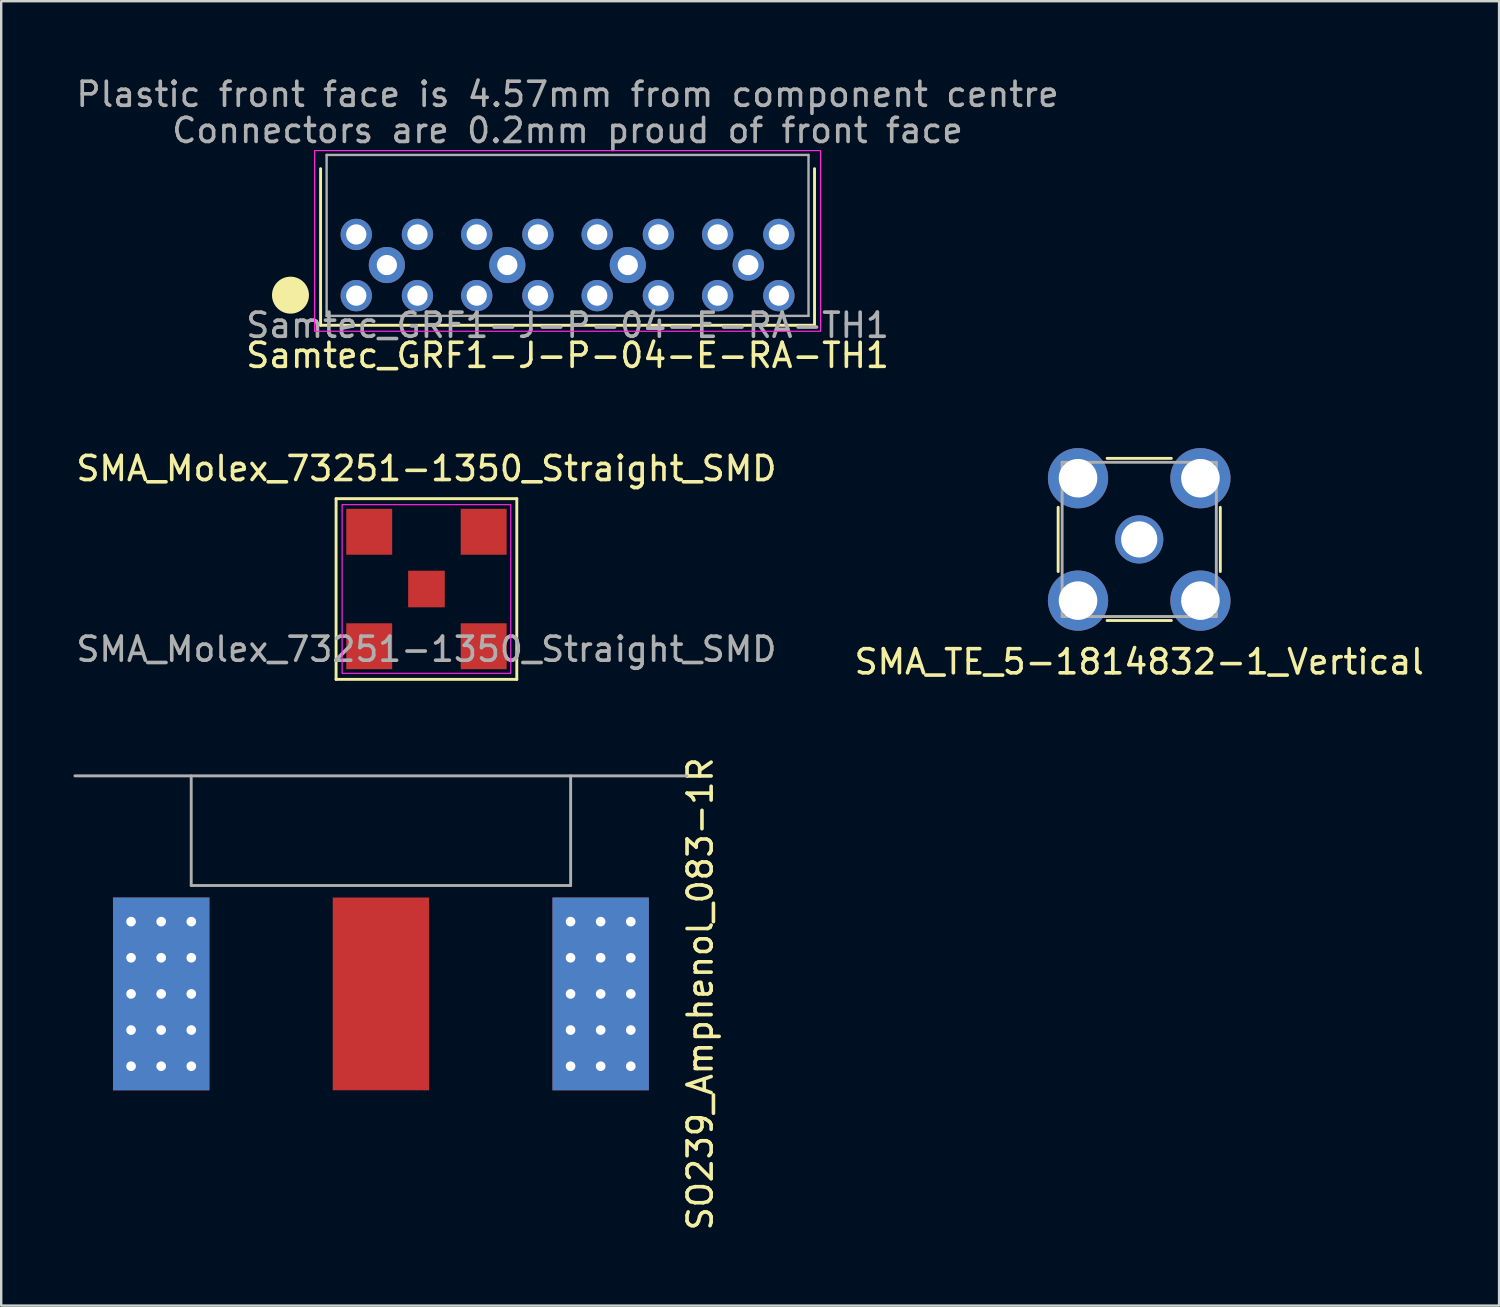
<source format=kicad_pcb>
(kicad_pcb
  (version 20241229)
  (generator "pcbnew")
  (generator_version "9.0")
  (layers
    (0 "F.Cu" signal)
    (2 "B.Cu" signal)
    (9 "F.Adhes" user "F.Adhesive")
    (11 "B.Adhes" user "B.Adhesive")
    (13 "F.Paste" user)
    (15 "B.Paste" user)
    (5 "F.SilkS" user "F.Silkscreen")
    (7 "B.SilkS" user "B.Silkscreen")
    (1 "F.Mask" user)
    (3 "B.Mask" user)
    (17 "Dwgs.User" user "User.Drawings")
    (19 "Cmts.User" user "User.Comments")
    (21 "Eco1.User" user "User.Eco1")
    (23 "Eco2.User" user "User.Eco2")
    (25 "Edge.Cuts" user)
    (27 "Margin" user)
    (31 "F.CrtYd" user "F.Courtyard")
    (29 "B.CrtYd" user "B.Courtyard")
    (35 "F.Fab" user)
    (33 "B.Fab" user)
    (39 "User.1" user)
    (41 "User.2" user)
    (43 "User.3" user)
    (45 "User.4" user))
  (footprint "SO239_Amphenol_083-1R"
    (layer "F.Cu")
    (at 12.76 38.201)
    (property "Reference" "SO239_Amphenol_083-1R" (at 13.25 0 90) (layer "F.SilkS") (effects (font (size 1 1) (thickness 0.15))))
    (attr through_hole)
    (fp_line (start -12.7 -9.05) (end 12.7 -9.05) (stroke (width 0.12) (type solid)) (layer "F.Fab"))
    (fp_line (start -7.874 -4.5) (end -7.874 -9.05) (stroke (width 0.12) (type solid)) (layer "F.Fab"))
    (fp_line (start -7.874 -4.5) (end 7.874 -4.5) (stroke (width 0.12) (type solid)) (layer "F.Fab"))
    (fp_line (start 7.874 -9.05) (end 7.874 -4.5) (stroke (width 0.12) (type solid)) (layer "F.Fab"))
    (pad "1" smd rect (at 0 0) (size 4 8) (layers "F.Cu" "F.Mask" "F.Paste"))
    (pad "2" thru_hole circle (at -10.37 -3) (size 0.75 0.75) (drill 0.4) (layers "*.Cu" "*.Mask"))
    (pad "2" thru_hole circle (at -10.37 -1.5) (size 0.75 0.75) (drill 0.4) (layers "*.Cu" "*.Mask"))
    (pad "2" thru_hole circle (at -10.37 0) (size 0.75 0.75) (drill 0.4) (layers "*.Cu" "*.Mask"))
    (pad "2" thru_hole circle (at -10.37 1.5) (size 0.75 0.75) (drill 0.4) (layers "*.Cu" "*.Mask"))
    (pad "2" thru_hole circle (at -10.37 3) (size 0.75 0.75) (drill 0.4) (layers "*.Cu" "*.Mask"))
    (pad "2" thru_hole circle (at -9.12 -3) (size 0.75 0.75) (drill 0.4) (layers "*.Cu" "*.Mask"))
    (pad "2" thru_hole circle (at -9.12 -1.5) (size 0.75 0.75) (drill 0.4) (layers "*.Cu" "*.Mask"))
    (pad "2" thru_hole circle (at -9.12 0) (size 0.75 0.75) (drill 0.4) (layers "*.Cu" "*.Mask"))
    (pad "2" smd rect (at -9.12 0) (size 4 8) (layers "F.Cu" "F.Mask" "F.Paste"))
    (pad "2" smd rect (at -9.12 0) (size 4 8) (layers "B.Cu" "B.Mask" "B.Paste"))
    (pad "2" thru_hole circle (at -9.12 1.5) (size 0.75 0.75) (drill 0.4) (layers "*.Cu" "*.Mask"))
    (pad "2" thru_hole circle (at -9.12 3) (size 0.75 0.75) (drill 0.4) (layers "*.Cu" "*.Mask"))
    (pad "2" thru_hole circle (at -7.87 -3) (size 0.75 0.75) (drill 0.4) (layers "*.Cu" "*.Mask"))
    (pad "2" thru_hole circle (at -7.87 -1.5) (size 0.75 0.75) (drill 0.4) (layers "*.Cu" "*.Mask"))
    (pad "2" thru_hole circle (at -7.87 0) (size 0.75 0.75) (drill 0.4) (layers "*.Cu" "*.Mask"))
    (pad "2" thru_hole circle (at -7.87 1.5) (size 0.75 0.75) (drill 0.4) (layers "*.Cu" "*.Mask"))
    (pad "2" thru_hole circle (at -7.87 3) (size 0.75 0.75) (drill 0.4) (layers "*.Cu" "*.Mask"))
    (pad "2" thru_hole circle (at 7.87 -3) (size 0.75 0.75) (drill 0.4) (layers "*.Cu" "*.Mask"))
    (pad "2" thru_hole circle (at 7.87 -1.5) (size 0.75 0.75) (drill 0.4) (layers "*.Cu" "*.Mask"))
    (pad "2" thru_hole circle (at 7.87 0) (size 0.75 0.75) (drill 0.4) (layers "*.Cu" "*.Mask"))
    (pad "2" thru_hole circle (at 7.87 1.5) (size 0.75 0.75) (drill 0.4) (layers "*.Cu" "*.Mask"))
    (pad "2" thru_hole circle (at 7.87 3) (size 0.75 0.75) (drill 0.4) (layers "*.Cu" "*.Mask"))
    (pad "2" thru_hole circle (at 9.12 -3) (size 0.75 0.75) (drill 0.4) (layers "*.Cu" "*.Mask"))
    (pad "2" thru_hole circle (at 9.12 -1.5) (size 0.75 0.75) (drill 0.4) (layers "*.Cu" "*.Mask"))
    (pad "2" thru_hole circle (at 9.12 0) (size 0.75 0.75) (drill 0.4) (layers "*.Cu" "*.Mask"))
    (pad "2" smd rect (at 9.12 0) (size 4 8) (layers "F.Cu" "F.Mask" "F.Paste"))
    (pad "2" smd rect (at 9.12 0) (size 4 8) (layers "B.Cu" "B.Mask" "B.Paste"))
    (pad "2" thru_hole circle (at 9.12 1.5) (size 0.75 0.75) (drill 0.4) (layers "*.Cu" "*.Mask"))
    (pad "2" thru_hole circle (at 9.12 3) (size 0.75 0.75) (drill 0.4) (layers "*.Cu" "*.Mask"))
    (pad "2" thru_hole circle (at 10.37 -3) (size 0.75 0.75) (drill 0.4) (layers "*.Cu" "*.Mask"))
    (pad "2" thru_hole circle (at 10.37 -1.5) (size 0.75 0.75) (drill 0.4) (layers "*.Cu" "*.Mask"))
    (pad "2" thru_hole circle (at 10.37 0) (size 0.75 0.75) (drill 0.4) (layers "*.Cu" "*.Mask"))
    (pad "2" thru_hole circle (at 10.37 1.5) (size 0.75 0.75) (drill 0.4) (layers "*.Cu" "*.Mask"))
    (pad "2" thru_hole circle (at 10.37 3) (size 0.75 0.75) (drill 0.4) (layers "*.Cu" "*.Mask")))
  (footprint "SMA_TE_5-1814832-1_Vertical"
    (layer "F.Cu")
    (at 44.232 19.338)
    (property "Reference" "SMA_TE_5-1814832-1_Vertical" (at 0 5.08 0) (layer "F.SilkS") (effects (font (size 1 1) (thickness 0.15))))
    (attr through_hole)
    (fp_line (start -3.365 1.333) (end -3.365 -1.333) (stroke (width 0.12) (type solid)) (layer "F.SilkS"))
    (fp_line (start -1.333 -3.365) (end 1.333 -3.365) (stroke (width 0.12) (type solid)) (layer "F.SilkS"))
    (fp_line (start -1.333 3.365) (end 1.333 3.365) (stroke (width 0.12) (type solid)) (layer "F.SilkS"))
    (fp_line (start 3.365 1.333) (end 3.365 -1.333) (stroke (width 0.12) (type solid)) (layer "F.SilkS"))
    (fp_line (start -3.2 -3.2) (end 3.2 -3.2) (stroke (width 0.12) (type solid)) (layer "F.Fab"))
    (fp_line (start -3.2 3.2) (end -3.2 -3.2) (stroke (width 0.12) (type solid)) (layer "F.Fab"))
    (fp_line (start 3.2 -3.2) (end 3.2 3.2) (stroke (width 0.12) (type solid)) (layer "F.Fab"))
    (fp_line (start 3.2 3.2) (end -3.2 3.2) (stroke (width 0.12) (type solid)) (layer "F.Fab"))
    (pad "1" thru_hole circle (at 0 0) (size 2 2) (drill 1.5) (layers "*.Cu" "*.Mask"))
    (pad "2" thru_hole circle (at -2.54 -2.54) (size 2.5 2.5) (drill 1.6) (layers "*.Cu" "*.Mask"))
    (pad "2" thru_hole circle (at -2.54 2.54) (size 2.5 2.5) (drill 1.6) (layers "*.Cu" "*.Mask"))
    (pad "2" thru_hole circle (at 2.54 -2.54) (size 2.5 2.5) (drill 1.6) (layers "*.Cu" "*.Mask"))
    (pad "2" thru_hole circle (at 2.54 2.54) (size 2.5 2.5) (drill 1.6) (layers "*.Cu" "*.Mask")))
  (footprint "Samtec_GRF1-J-P-04-E-RA-TH1"
    (layer "F.Cu")
    (at 20.506 7.95)
    (property "Reference" "Samtec_GRF1-J-P-04-E-RA-TH1" (at 0 3.75 0) (unlocked yes) (layer "F.SilkS") (effects (font (size 1 1) (thickness 0.15))))
    (attr through_hole)
    (fp_line (start -10.25 2.5) (end -10.25 -4) (stroke (width 0.12) (type default)) (layer "F.SilkS"))
    (fp_line (start -10.25 2.5) (end 10.25 2.5) (stroke (width 0.12) (type default)) (layer "F.SilkS"))
    (fp_line (start 10.25 2.5) (end 10.25 -4) (stroke (width 0.12) (type default)) (layer "F.SilkS"))
    (fp_circle (center -11.5 1.25) (end -10.793 1.25) (stroke (width 0.12) (type solid)) (fill yes) (layer "F.SilkS"))
    (fp_rect (start -10.5 -4.75) (end 10.5 2.75) (stroke (width 0.05) (type default)) (fill no) (layer "F.CrtYd"))
    (fp_line (start -10 -4.57) (end -10 2.11) (stroke (width 0.1) (type default)) (layer "F.Fab"))
    (fp_line (start -10 -4.57) (end 10 -4.57) (stroke (width 0.1) (type default)) (layer "F.Fab"))
    (fp_line (start 10 -4.57) (end 10 2.11) (stroke (width 0.1) (type default)) (layer "F.Fab"))
    (fp_line (start 10 2.11) (end -10 2.11) (stroke (width 0.1) (type default)) (layer "F.Fab"))
    (fp_text user "${REFERENCE}" (at 0 2.5 0) (unlocked yes) (layer "F.Fab") (effects (font (size 1 1) (thickness 0.15))))
    (fp_text user "Connectors are 0.2mm proud of front face" (at 0 -5 0) (unlocked yes) (layer "F.Fab") (effects (font (size 1 1) (thickness 0.15)) (justify bottom)))
    (fp_text user "Plastic front face is 4.57mm from component centre" (at 0 -6.5 0) (unlocked yes) (layer "F.Fab") (effects (font (size 1 1) (thickness 0.15)) (justify bottom)))
    (pad "1" thru_hole circle (at -7.5 0) (size 1.5 1.5) (drill 0.84) (layers "*.Cu" "*.Mask"))
    (pad "2" thru_hole circle (at -2.5 0) (size 1.5 1.5) (drill 0.84) (layers "*.Cu" "*.Mask"))
    (pad "3" thru_hole circle (at 2.5 0) (size 1.5 1.5) (drill 0.84) (layers "*.Cu" "*.Mask"))
    (pad "4" thru_hole circle (at 7.5 0) (size 1.3 1.3) (drill 0.84) (layers "*.Cu" "*.Mask"))
    (pad "SH1" thru_hole circle (at -8.77 -1.27) (size 1.3 1.3) (drill 0.84) (layers "*.Cu" "*.Mask"))
    (pad "SH1" thru_hole circle (at -8.77 1.27) (size 1.3 1.3) (drill 0.84) (layers "*.Cu" "*.Mask"))
    (pad "SH1" thru_hole circle (at -6.23 -1.27) (size 1.3 1.3) (drill 0.84) (layers "*.Cu" "*.Mask"))
    (pad "SH1" thru_hole circle (at -6.23 1.27) (size 1.3 1.3) (drill 0.84) (layers "*.Cu" "*.Mask"))
    (pad "SH2" thru_hole circle (at -3.77 -1.27) (size 1.3 1.3) (drill 0.84) (layers "*.Cu" "*.Mask"))
    (pad "SH2" thru_hole circle (at -3.77 1.27) (size 1.3 1.3) (drill 0.84) (layers "*.Cu" "*.Mask"))
    (pad "SH2" thru_hole circle (at -1.23 -1.27) (size 1.3 1.3) (drill 0.84) (layers "*.Cu" "*.Mask"))
    (pad "SH2" thru_hole circle (at -1.23 1.27) (size 1.3 1.3) (drill 0.84) (layers "*.Cu" "*.Mask"))
    (pad "SH3" thru_hole circle (at 1.23 -1.27) (size 1.3 1.3) (drill 0.84) (layers "*.Cu" "*.Mask"))
    (pad "SH3" thru_hole circle (at 1.23 1.27) (size 1.3 1.3) (drill 0.84) (layers "*.Cu" "*.Mask"))
    (pad "SH3" thru_hole circle (at 3.77 -1.27) (size 1.3 1.3) (drill 0.84) (layers "*.Cu" "*.Mask"))
    (pad "SH3" thru_hole circle (at 3.77 1.27) (size 1.3 1.3) (drill 0.84) (layers "*.Cu" "*.Mask"))
    (pad "SH4" thru_hole circle (at 6.23 -1.27) (size 1.3 1.3) (drill 0.84) (layers "*.Cu" "*.Mask"))
    (pad "SH4" thru_hole circle (at 6.23 1.27) (size 1.3 1.3) (drill 0.84) (layers "*.Cu" "*.Mask"))
    (pad "SH4" thru_hole circle (at 8.77 -1.27) (size 1.3 1.3) (drill 0.84) (layers "*.Cu" "*.Mask"))
    (pad "SH4" thru_hole circle (at 8.77 1.27) (size 1.3 1.3) (drill 0.84) (layers "*.Cu" "*.Mask")))
  (footprint "SMA_Molex_73251-1350_Straight_SMD"
    (layer "F.Cu")
    (at 14.649 21.396)
    (property "Reference" "SMA_Molex_73251-1350_Straight_SMD" (at 0 -5 0) (unlocked yes) (layer "F.SilkS") (effects (font (size 1 1) (thickness 0.15))))
    (attr smd)
    (fp_line (start -3.75 -3.75) (end 3.75 -3.75) (stroke (width 0.12) (type solid)) (layer "F.SilkS"))
    (fp_line (start -3.75 3.75) (end -3.75 -3.75) (stroke (width 0.12) (type solid)) (layer "F.SilkS"))
    (fp_line (start 3.75 -3.75) (end 3.75 3.75) (stroke (width 0.12) (type solid)) (layer "F.SilkS"))
    (fp_line (start 3.75 3.75) (end -3.75 3.75) (stroke (width 0.12) (type solid)) (layer "F.SilkS"))
    (fp_rect (start -3.5 -3.5) (end 3.5 3.5) (stroke (width 0.05) (type solid)) (fill no) (layer "F.CrtYd"))
    (fp_text user "${REFERENCE}" (at 0 2.5 0) (unlocked yes) (layer "F.Fab") (effects (font (size 1 1) (thickness 0.15))))
    (pad "1" smd rect (at 0 0) (size 1.52 1.52) (layers "F.Cu" "F.Mask" "F.Paste"))
    (pad "2" smd rect (at -2.375 -2.375) (size 1.905 1.905) (layers "F.Cu" "F.Mask" "F.Paste"))
    (pad "2" smd rect (at -2.375 2.375) (size 1.905 1.905) (layers "F.Cu" "F.Mask" "F.Paste"))
    (pad "2" smd rect (at 2.375 -2.375) (size 1.905 1.905) (layers "F.Cu" "F.Mask" "F.Paste"))
    (pad "2" smd rect (at 2.375 2.375) (size 1.905 1.905) (layers "F.Cu" "F.Mask" "F.Paste")))
  (gr_rect
    (start -3 -3)
    (end 59.167 51.136)
    (stroke (width 0.1) (type default))
    (fill no)
    (layer "Edge.Cuts")))
</source>
